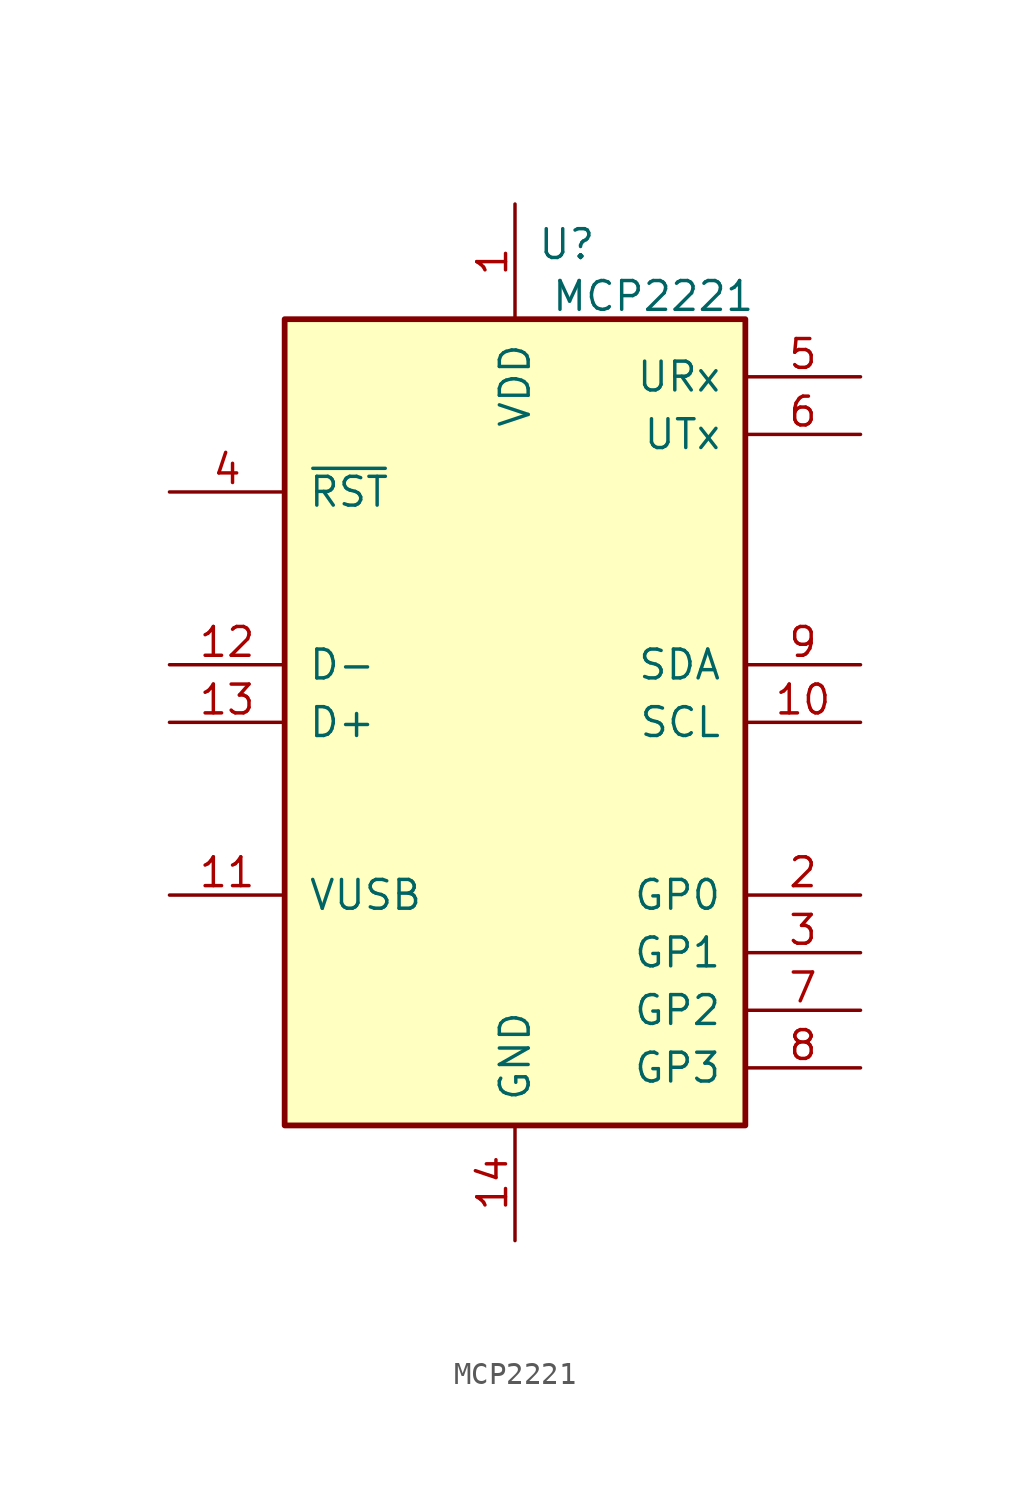
<source format=kicad_sym>
(kicad_symbol_lib
  (version 20231120)
  (generator "kicad_symbol_editor")
  (generator_version "8.0")
  (symbol "MCP2221"
    (pin_names
      (offset 1.016))
    (property "Reference" "U"
      (at 2.286 21.082 0)
      (effects (font (size 1.27 1.27))))
    (property "Value" "MCP2221"
      (at 6.096 18.796 0)
      (effects (font (size 1.27 1.27))))
    (symbol "MCP2221_0_1"
      (rectangle (start -10.16 17.78) (end 10.16 -17.78) (stroke (width 0.254) (type solid)) (fill (type background))))
    (symbol "MCP2221_1_1"
      (pin power_in line (at 0 22.86 270) (length 5.08) (name "VDD" (effects (font (size 1.27 1.27)))) (number "1" (effects (font (size 1.27 1.27)))))
      (pin tri_state line (at 15.24 0 180) (length 5.08) (name "SCL" (effects (font (size 1.27 1.27)))) (number "10" (effects (font (size 1.27 1.27)))))
      (pin passive line (at -15.24 -7.62 0) (length 5.08) (name "VUSB" (effects (font (size 1.27 1.27)))) (number "11" (effects (font (size 1.27 1.27)))))
      (pin bidirectional line (at -15.24 2.54 0) (length 5.08) (name "D-" (effects (font (size 1.27 1.27)))) (number "12" (effects (font (size 1.27 1.27)))))
      (pin bidirectional line (at -15.24 0 0) (length 5.08) (name "D+" (effects (font (size 1.27 1.27)))) (number "13" (effects (font (size 1.27 1.27)))))
      (pin power_in line (at 0 -22.86 90) (length 5.08) (name "GND" (effects (font (size 1.27 1.27)))) (number "14" (effects (font (size 1.27 1.27)))))
      (pin tri_state line (at 15.24 -7.62 180) (length 5.08) (name "GP0" (effects (font (size 1.27 1.27)))) (number "2" (effects (font (size 1.27 1.27)))))
      (pin tri_state line (at 15.24 -10.16 180) (length 5.08) (name "GP1" (effects (font (size 1.27 1.27)))) (number "3" (effects (font (size 1.27 1.27)))))
      (pin bidirectional line (at -15.24 10.16 0) (length 5.08) (name "~{RST}" (effects (font (size 1.27 1.27)))) (number "4" (effects (font (size 1.27 1.27)))))
      (pin input line (at 15.24 15.24 180) (length 5.08) (name "URx" (effects (font (size 1.27 1.27)))) (number "5" (effects (font (size 1.27 1.27)))))
      (pin output line (at 15.24 12.7 180) (length 5.08) (name "UTx" (effects (font (size 1.27 1.27)))) (number "6" (effects (font (size 1.27 1.27)))))
      (pin tri_state line (at 15.24 -12.7 180) (length 5.08) (name "GP2" (effects (font (size 1.27 1.27)))) (number "7" (effects (font (size 1.27 1.27)))))
      (pin tri_state line (at 15.24 -15.24 180) (length 5.08) (name "GP3" (effects (font (size 1.27 1.27)))) (number "8" (effects (font (size 1.27 1.27)))))
      (pin tri_state line (at 15.24 2.54 180) (length 5.08) (name "SDA" (effects (font (size 1.27 1.27)))) (number "9" (effects (font (size 1.27 1.27))))))))
</source>
